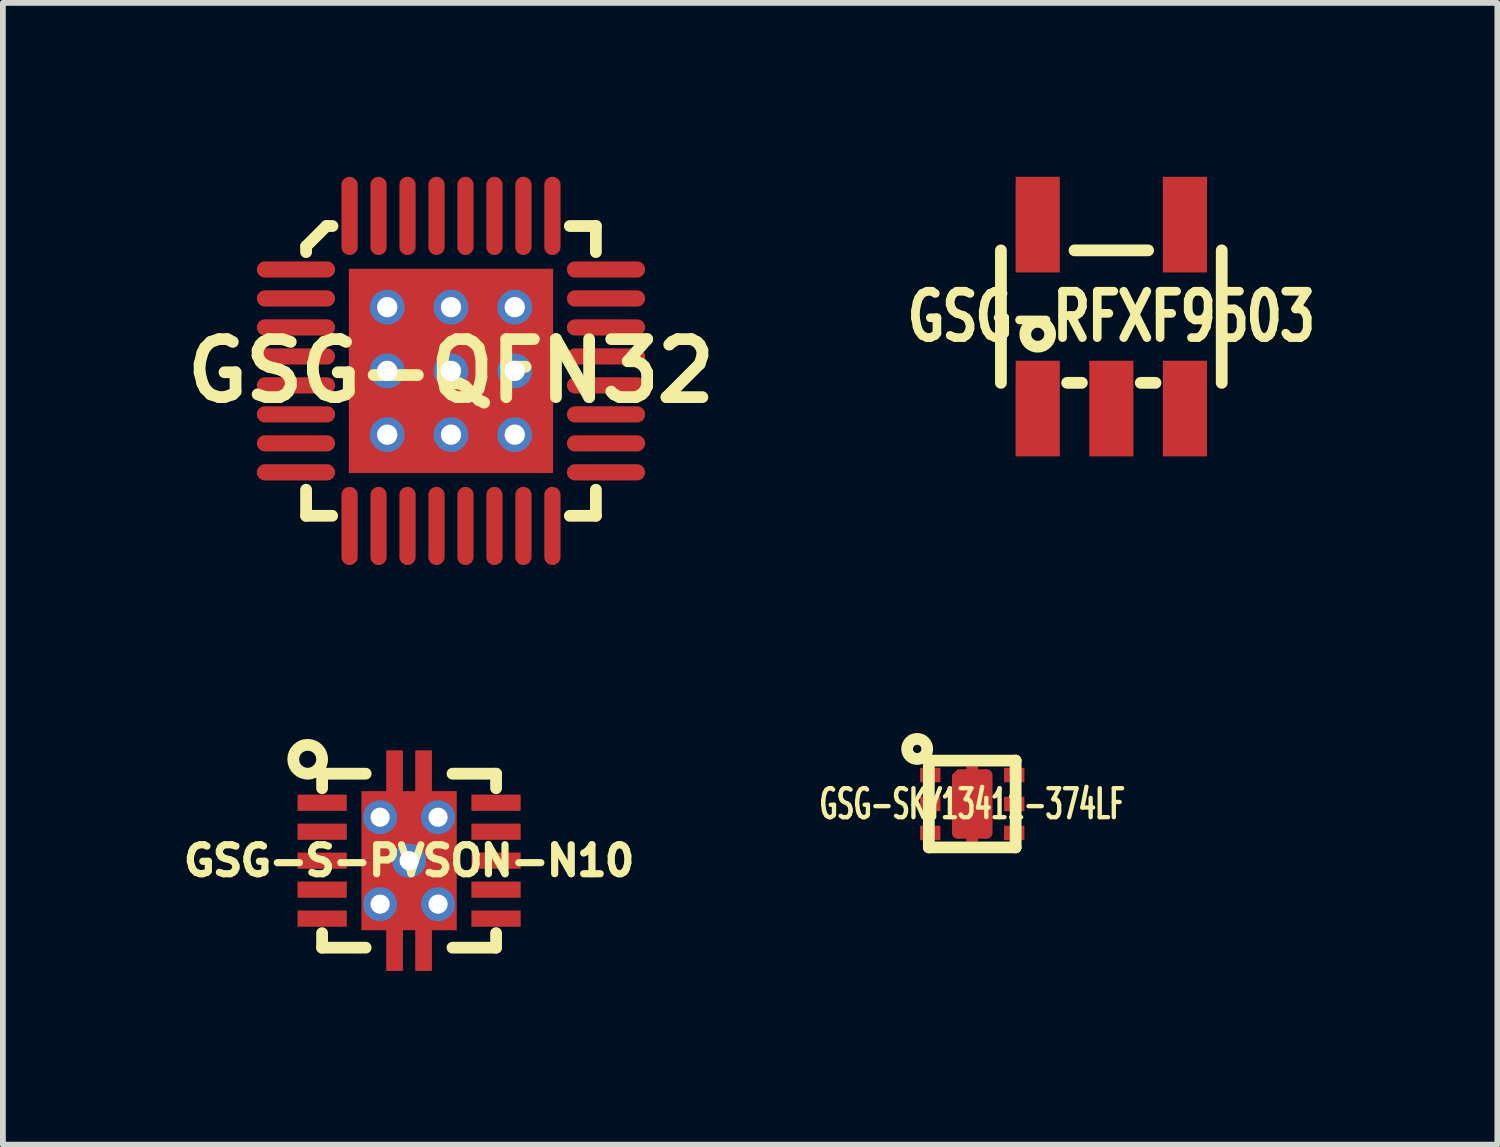
<source format=kicad_pcb>
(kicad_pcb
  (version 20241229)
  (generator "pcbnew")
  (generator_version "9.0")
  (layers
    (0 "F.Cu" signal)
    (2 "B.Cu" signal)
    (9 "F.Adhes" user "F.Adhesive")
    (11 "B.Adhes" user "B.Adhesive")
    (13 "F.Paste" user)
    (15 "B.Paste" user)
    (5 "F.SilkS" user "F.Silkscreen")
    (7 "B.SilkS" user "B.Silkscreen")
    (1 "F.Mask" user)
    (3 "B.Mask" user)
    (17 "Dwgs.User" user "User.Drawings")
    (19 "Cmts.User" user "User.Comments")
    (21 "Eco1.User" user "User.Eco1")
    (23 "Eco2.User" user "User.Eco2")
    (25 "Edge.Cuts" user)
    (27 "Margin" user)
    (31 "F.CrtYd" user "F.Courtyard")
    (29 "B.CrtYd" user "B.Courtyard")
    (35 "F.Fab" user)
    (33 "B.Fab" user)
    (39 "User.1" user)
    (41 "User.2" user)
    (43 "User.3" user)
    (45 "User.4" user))
  (footprint "GSG-S-PVSON-N10"
    (layer "F.Cu")
    (at 4.009 11.801)
    (property "Reference" "GSG-S-PVSON-N10" (at 0 0 0) (layer "F.SilkS") (effects (font (size 0.5 0.5) (thickness 0.124))))
    (attr through_hole)
    (fp_line (start -1.501 -1.25) (end -1.501 -1.501) (stroke (width 0.203) (type solid)) (layer "F.SilkS"))
    (fp_line (start -1.501 1.25) (end -1.501 1.501) (stroke (width 0.203) (type solid)) (layer "F.SilkS"))
    (fp_line (start -1.501 1.501) (end -0.749 1.501) (stroke (width 0.203) (type solid)) (layer "F.SilkS"))
    (fp_line (start -0.749 -1.501) (end -1.501 -1.501) (stroke (width 0.203) (type solid)) (layer "F.SilkS"))
    (fp_line (start 0.749 1.501) (end 1.501 1.501) (stroke (width 0.203) (type solid)) (layer "F.SilkS"))
    (fp_line (start 1.501 -1.501) (end 0.749 -1.501) (stroke (width 0.203) (type solid)) (layer "F.SilkS"))
    (fp_line (start 1.501 -1.25) (end 1.501 -1.501) (stroke (width 0.203) (type solid)) (layer "F.SilkS"))
    (fp_line (start 1.501 1.501) (end 1.501 1.25) (stroke (width 0.203) (type solid)) (layer "F.SilkS"))
    (fp_circle (center -1.75 -1.75) (end -1.75 -1.501) (stroke (width 0.203) (type solid)) (fill no) (layer "F.SilkS"))
    (pad "0" thru_hole circle (at -0.5 -0.75) (size 0.585 0.585) (drill 0.33) (layers "*.Cu" "*.Mask"))
    (pad "0" thru_hole circle (at -0.5 0.75) (size 0.585 0.585) (drill 0.33) (layers "*.Cu" "*.Mask"))
    (pad "0" smd rect (at -0.41 -0.6) (size 0.825 1.2) (layers "F.Cu" "F.Mask" "F.Paste"))
    (pad "0" smd rect (at -0.41 0.6) (size 0.825 1.2) (layers "F.Cu" "F.Mask" "F.Paste"))
    (pad "0" smd rect (at -0.25 -1.55) (size 0.28 0.7) (layers "F.Cu" "F.Paste"))
    (pad "0" smd rect (at -0.25 -1.2) (size 0.28 1.4) (layers "F.Cu" "F.Mask"))
    (pad "0" smd rect (at -0.25 1.2) (size 0.28 1.4) (layers "F.Cu" "F.Mask"))
    (pad "0" smd rect (at -0.25 1.55) (size 0.28 0.7) (layers "F.Cu" "F.Paste"))
    (pad "0" thru_hole circle (at 0 0) (size 0.585 0.585) (drill 0.33) (layers "*.Cu" "*.Mask"))
    (pad "0" smd rect (at 0.25 -1.55) (size 0.28 0.7) (layers "F.Cu" "F.Paste"))
    (pad "0" smd rect (at 0.25 -1.2) (size 0.28 1.4) (layers "F.Cu" "F.Mask"))
    (pad "0" smd rect (at 0.25 1.2) (size 0.28 1.4) (layers "F.Cu" "F.Mask"))
    (pad "0" smd rect (at 0.25 1.55) (size 0.28 0.7) (layers "F.Cu" "F.Paste"))
    (pad "0" smd rect (at 0.41 -0.6) (size 0.825 1.2) (layers "F.Cu" "F.Mask" "F.Paste"))
    (pad "0" smd rect (at 0.41 0.6) (size 0.825 1.2) (layers "F.Cu" "F.Mask" "F.Paste"))
    (pad "0" thru_hole circle (at 0.5 -0.75) (size 0.585 0.585) (drill 0.33) (layers "*.Cu" "*.Mask"))
    (pad "0" thru_hole circle (at 0.5 0.75) (size 0.585 0.585) (drill 0.33) (layers "*.Cu" "*.Mask"))
    (pad "1" smd rect (at -1.5 -1) (size 0.85 0.28) (layers "F.Cu" "F.Mask" "F.Paste"))
    (pad "2" smd rect (at -1.5 -0.5) (size 0.85 0.28) (layers "F.Cu" "F.Mask" "F.Paste"))
    (pad "3" smd rect (at -1.5 0) (size 0.85 0.28) (layers "F.Cu" "F.Mask" "F.Paste"))
    (pad "4" smd rect (at -1.5 0.5) (size 0.85 0.28) (layers "F.Cu" "F.Mask" "F.Paste"))
    (pad "5" smd rect (at -1.5 1) (size 0.85 0.28) (layers "F.Cu" "F.Mask" "F.Paste"))
    (pad "6" smd rect (at 1.5 1) (size 0.85 0.28) (layers "F.Cu" "F.Mask" "F.Paste"))
    (pad "7" smd rect (at 1.5 0.5) (size 0.85 0.28) (layers "F.Cu" "F.Mask" "F.Paste"))
    (pad "8" smd rect (at 1.5 0) (size 0.85 0.28) (layers "F.Cu" "F.Mask" "F.Paste"))
    (pad "9" smd rect (at 1.5 -0.5) (size 0.85 0.28) (layers "F.Cu" "F.Mask" "F.Paste"))
    (pad "10" smd rect (at 1.5 -1) (size 0.85 0.28) (layers "F.Cu" "F.Mask" "F.Paste")))
  (footprint "GSG-SKY13411-374LF"
    (layer "F.Cu")
    (at 13.726 10.823)
    (property "Reference" "GSG-SKY13411-374LF" (at 0 0 0) (layer "F.SilkS") (effects (font (size 0.5 0.3) (thickness 0.076))))
    (attr through_hole)
    (fp_line (start -0.749 -0.749) (end 0.749 -0.749) (stroke (width 0.203) (type solid)) (layer "F.SilkS"))
    (fp_line (start -0.749 0.749) (end -0.749 -0.749) (stroke (width 0.203) (type solid)) (layer "F.SilkS"))
    (fp_line (start 0.749 -0.749) (end 0.749 0.749) (stroke (width 0.203) (type solid)) (layer "F.SilkS"))
    (fp_line (start 0.749 0.749) (end -0.749 0.749) (stroke (width 0.203) (type solid)) (layer "F.SilkS"))
    (fp_circle (center -0.95 -0.95) (end -0.899 -0.899) (stroke (width 0.203) (type solid)) (fill no) (layer "F.SilkS"))
    (pad "0" smd rect (at -0.274 -0.526 315) (size 0.071 0.142) (layers "F.Cu" "F.Mask" "F.Paste"))
    (pad "0" smd rect (at -0.249 -0.424) (size 0.201 0.15) (layers "F.Cu" "F.Mask" "F.Paste"))
    (pad "0" smd oval (at -0.249 0.051) (size 0.201 1.1) (layers "F.Cu" "F.Mask" "F.Paste"))
    (pad "0" smd rect (at 0 0) (size 0.201 1.3) (layers "F.Cu" "F.Mask" "F.Paste"))
    (pad "0" smd rect (at 0 0) (size 0.5 1.199) (layers "F.Cu" "F.Mask" "F.Paste"))
    (pad "0" smd oval (at 0.249 0) (size 0.201 1.199) (layers "F.Cu" "F.Mask" "F.Paste"))
    (pad "1" smd rect (at -0.724 -0.5) (size 0.351 0.249) (layers "F.Cu" "F.Mask" "F.Paste"))
    (pad "2" smd rect (at -0.724 0) (size 0.351 0.249) (layers "F.Cu" "F.Mask" "F.Paste"))
    (pad "3" smd rect (at -0.724 0.5) (size 0.351 0.249) (layers "F.Cu" "F.Mask" "F.Paste"))
    (pad "4" smd rect (at 0.724 0.5) (size 0.351 0.249) (layers "F.Cu" "F.Mask" "F.Paste"))
    (pad "5" smd rect (at 0.724 0) (size 0.351 0.249) (layers "F.Cu" "F.Mask" "F.Paste"))
    (pad "6" smd rect (at 0.724 -0.5) (size 0.351 0.249) (layers "F.Cu" "F.Mask" "F.Paste")))
  (footprint "GSG-QFN32"
    (layer "F.Cu")
    (at 4.732 3.35)
    (property "Reference" "GSG-QFN32" (at 0 0 0) (layer "F.SilkS") (effects (font (size 1.001 1.001) (thickness 0.203))))
    (attr through_hole)
    (fp_line (start -2.5 -2.15) (end -2.5 -2.05) (stroke (width 0.203) (type solid)) (layer "F.SilkS"))
    (fp_line (start -2.5 2.05) (end -2.5 2.5) (stroke (width 0.203) (type solid)) (layer "F.SilkS"))
    (fp_line (start -2.5 2.5) (end -2.05 2.5) (stroke (width 0.203) (type solid)) (layer "F.SilkS"))
    (fp_line (start -2.15 -2.5) (end -2.5 -2.15) (stroke (width 0.203) (type solid)) (layer "F.SilkS"))
    (fp_line (start -2.045 -2.5) (end -2.15 -2.5) (stroke (width 0.203) (type solid)) (layer "F.SilkS"))
    (fp_line (start 2.05 2.5) (end 2.5 2.5) (stroke (width 0.203) (type solid)) (layer "F.SilkS"))
    (fp_line (start 2.5 -2.5) (end 2.05 -2.5) (stroke (width 0.203) (type solid)) (layer "F.SilkS"))
    (fp_line (start 2.5 -2.05) (end 2.5 -2.5) (stroke (width 0.203) (type solid)) (layer "F.SilkS"))
    (fp_line (start 2.5 2.5) (end 2.5 2.05) (stroke (width 0.203) (type solid)) (layer "F.SilkS"))
    (pad "0" thru_hole circle (at -1.1 -1.1) (size 0.6 0.6) (drill 0.35) (layers "*.Cu" "B.Mask"))
    (pad "0" smd rect (at -1.1 -1.1) (size 1.1 1.1) (layers "F.Cu" "F.Paste"))
    (pad "0" thru_hole circle (at -1.1 0) (size 0.6 0.6) (drill 0.35) (layers "*.Cu" "B.Mask"))
    (pad "0" smd rect (at -1.1 0) (size 1.1 1.1) (layers "F.Cu" "F.Paste"))
    (pad "0" thru_hole circle (at -1.1 1.1) (size 0.6 0.6) (drill 0.35) (layers "*.Cu" "B.Mask"))
    (pad "0" smd rect (at -1.1 1.1) (size 1.1 1.1) (layers "F.Cu" "F.Paste"))
    (pad "0" thru_hole circle (at 0 -1.1) (size 0.6 0.6) (drill 0.35) (layers "*.Cu" "B.Mask"))
    (pad "0" smd rect (at 0 -1.1) (size 1.1 1.1) (layers "F.Cu" "F.Paste"))
    (pad "0" thru_hole circle (at 0 0) (size 0.6 0.6) (drill 0.35) (layers "*.Cu" "B.Mask"))
    (pad "0" smd rect (at 0 0) (size 1.1 1.1) (layers "F.Cu" "F.Paste"))
    (pad "0" smd rect (at 0 0) (size 3.525 3.525) (layers "F.Cu" "F.Mask"))
    (pad "0" thru_hole circle (at 0 1.1) (size 0.6 0.6) (drill 0.35) (layers "*.Cu" "B.Mask"))
    (pad "0" smd rect (at 0 1.1) (size 1.1 1.1) (layers "F.Cu" "F.Paste"))
    (pad "0" thru_hole circle (at 1.1 -1.1) (size 0.6 0.6) (drill 0.35) (layers "*.Cu" "B.Mask"))
    (pad "0" smd rect (at 1.1 -1.1) (size 1.1 1.1) (layers "F.Cu" "F.Paste"))
    (pad "0" thru_hole circle (at 1.1 0) (size 0.6 0.6) (drill 0.35) (layers "*.Cu" "B.Mask"))
    (pad "0" smd rect (at 1.1 0) (size 1.1 1.1) (layers "F.Cu" "F.Paste"))
    (pad "0" thru_hole circle (at 1.1 1.1) (size 0.6 0.6) (drill 0.35) (layers "*.Cu" "B.Mask"))
    (pad "0" smd rect (at 1.1 1.1) (size 1.1 1.1) (layers "F.Cu" "F.Paste"))
    (pad "1" smd oval (at -2.675 -1.75) (size 1.35 0.28) (layers "F.Cu" "F.Mask" "F.Paste"))
    (pad "2" smd oval (at -2.675 -1.25) (size 1.35 0.28) (layers "F.Cu" "F.Mask" "F.Paste"))
    (pad "3" smd oval (at -2.675 -0.75) (size 1.35 0.28) (layers "F.Cu" "F.Mask" "F.Paste"))
    (pad "4" smd oval (at -2.675 -0.25) (size 1.35 0.28) (layers "F.Cu" "F.Mask" "F.Paste"))
    (pad "5" smd oval (at -2.675 0.25) (size 1.35 0.28) (layers "F.Cu" "F.Mask" "F.Paste"))
    (pad "6" smd oval (at -2.675 0.75) (size 1.35 0.28) (layers "F.Cu" "F.Mask" "F.Paste"))
    (pad "7" smd oval (at -2.675 1.25) (size 1.35 0.28) (layers "F.Cu" "F.Mask" "F.Paste"))
    (pad "8" smd oval (at -2.675 1.75) (size 1.35 0.28) (layers "F.Cu" "F.Mask" "F.Paste"))
    (pad "9" smd oval (at -1.75 2.675 90) (size 1.35 0.28) (layers "F.Cu" "F.Mask" "F.Paste"))
    (pad "10" smd oval (at -1.25 2.675 90) (size 1.35 0.28) (layers "F.Cu" "F.Mask" "F.Paste"))
    (pad "11" smd oval (at -0.75 2.675 90) (size 1.35 0.28) (layers "F.Cu" "F.Mask" "F.Paste"))
    (pad "12" smd oval (at -0.25 2.675 90) (size 1.35 0.28) (layers "F.Cu" "F.Mask" "F.Paste"))
    (pad "13" smd oval (at 0.25 2.675 90) (size 1.35 0.28) (layers "F.Cu" "F.Mask" "F.Paste"))
    (pad "14" smd oval (at 0.75 2.675 90) (size 1.35 0.28) (layers "F.Cu" "F.Mask" "F.Paste"))
    (pad "15" smd oval (at 1.25 2.675 90) (size 1.35 0.28) (layers "F.Cu" "F.Mask" "F.Paste"))
    (pad "16" smd oval (at 1.75 2.675 90) (size 1.35 0.28) (layers "F.Cu" "F.Mask" "F.Paste"))
    (pad "17" smd oval (at 2.675 1.75) (size 1.35 0.28) (layers "F.Cu" "F.Mask" "F.Paste"))
    (pad "18" smd oval (at 2.675 1.25) (size 1.35 0.28) (layers "F.Cu" "F.Mask" "F.Paste"))
    (pad "19" smd oval (at 2.675 0.75) (size 1.35 0.28) (layers "F.Cu" "F.Mask" "F.Paste"))
    (pad "20" smd oval (at 2.675 0.25) (size 1.35 0.28) (layers "F.Cu" "F.Mask" "F.Paste"))
    (pad "21" smd oval (at 2.675 -0.25) (size 1.35 0.28) (layers "F.Cu" "F.Mask" "F.Paste"))
    (pad "22" smd oval (at 2.675 -0.75) (size 1.35 0.28) (layers "F.Cu" "F.Mask" "F.Paste"))
    (pad "23" smd oval (at 2.675 -1.25) (size 1.35 0.28) (layers "F.Cu" "F.Mask" "F.Paste"))
    (pad "24" smd oval (at 2.675 -1.75) (size 1.35 0.28) (layers "F.Cu" "F.Mask" "F.Paste"))
    (pad "25" smd oval (at 1.75 -2.675 90) (size 1.35 0.28) (layers "F.Cu" "F.Mask" "F.Paste"))
    (pad "26" smd oval (at 1.25 -2.675 90) (size 1.35 0.28) (layers "F.Cu" "F.Mask" "F.Paste"))
    (pad "27" smd oval (at 0.75 -2.675 90) (size 1.35 0.28) (layers "F.Cu" "F.Mask" "F.Paste"))
    (pad "28" smd oval (at 0.25 -2.675 90) (size 1.35 0.28) (layers "F.Cu" "F.Mask" "F.Paste"))
    (pad "29" smd oval (at -0.25 -2.675 90) (size 1.35 0.28) (layers "F.Cu" "F.Mask" "F.Paste"))
    (pad "30" smd oval (at -0.75 -2.675 90) (size 1.35 0.28) (layers "F.Cu" "F.Mask" "F.Paste"))
    (pad "31" smd oval (at -1.25 -2.675 90) (size 1.35 0.28) (layers "F.Cu" "F.Mask" "F.Paste"))
    (pad "32" smd oval (at -1.75 -2.675 90) (size 1.35 0.28) (layers "F.Cu" "F.Mask" "F.Paste")))
  (footprint "GSG-RFXF9503"
    (layer "F.Cu")
    (at 16.126 2.413)
    (property "Reference" "GSG-RFXF9503" (at 0 0 0) (layer "F.SilkS") (effects (font (size 0.8 0.599) (thickness 0.15))))
    (attr through_hole)
    (fp_line (start -1.905 -1.143) (end -1.905 1.143) (stroke (width 0.203) (type solid)) (layer "F.SilkS"))
    (fp_line (start -0.762 1.143) (end -0.508 1.143) (stroke (width 0.203) (type solid)) (layer "F.SilkS"))
    (fp_line (start -0.635 -1.143) (end 0.635 -1.143) (stroke (width 0.203) (type solid)) (layer "F.SilkS"))
    (fp_line (start 0.508 1.143) (end 0.762 1.143) (stroke (width 0.203) (type solid)) (layer "F.SilkS"))
    (fp_line (start 1.905 -1.143) (end 1.905 1.143) (stroke (width 0.203) (type solid)) (layer "F.SilkS"))
    (fp_circle (center -1.27 0.305) (end -1.118 0.457) (stroke (width 0.203) (type solid)) (fill no) (layer "F.SilkS"))
    (pad "1" smd rect (at -1.27 1.587) (size 0.762 1.651) (layers "F.Cu" "F.Mask" "F.Paste"))
    (pad "2" smd rect (at 0 1.587) (size 0.762 1.651) (layers "F.Cu" "F.Mask" "F.Paste"))
    (pad "3" smd rect (at 1.27 1.587) (size 0.762 1.651) (layers "F.Cu" "F.Mask" "F.Paste"))
    (pad "4" smd rect (at 1.27 -1.587) (size 0.762 1.651) (layers "F.Cu" "F.Mask" "F.Paste"))
    (pad "5" smd rect (at -1.27 -1.587) (size 0.762 1.651) (layers "F.Cu" "F.Mask" "F.Paste")))
  (gr_rect
    (start -3 -3)
    (end 22.787 16.701)
    (stroke (width 0.1) (type default))
    (fill no)
    (layer "Edge.Cuts")))
</source>
